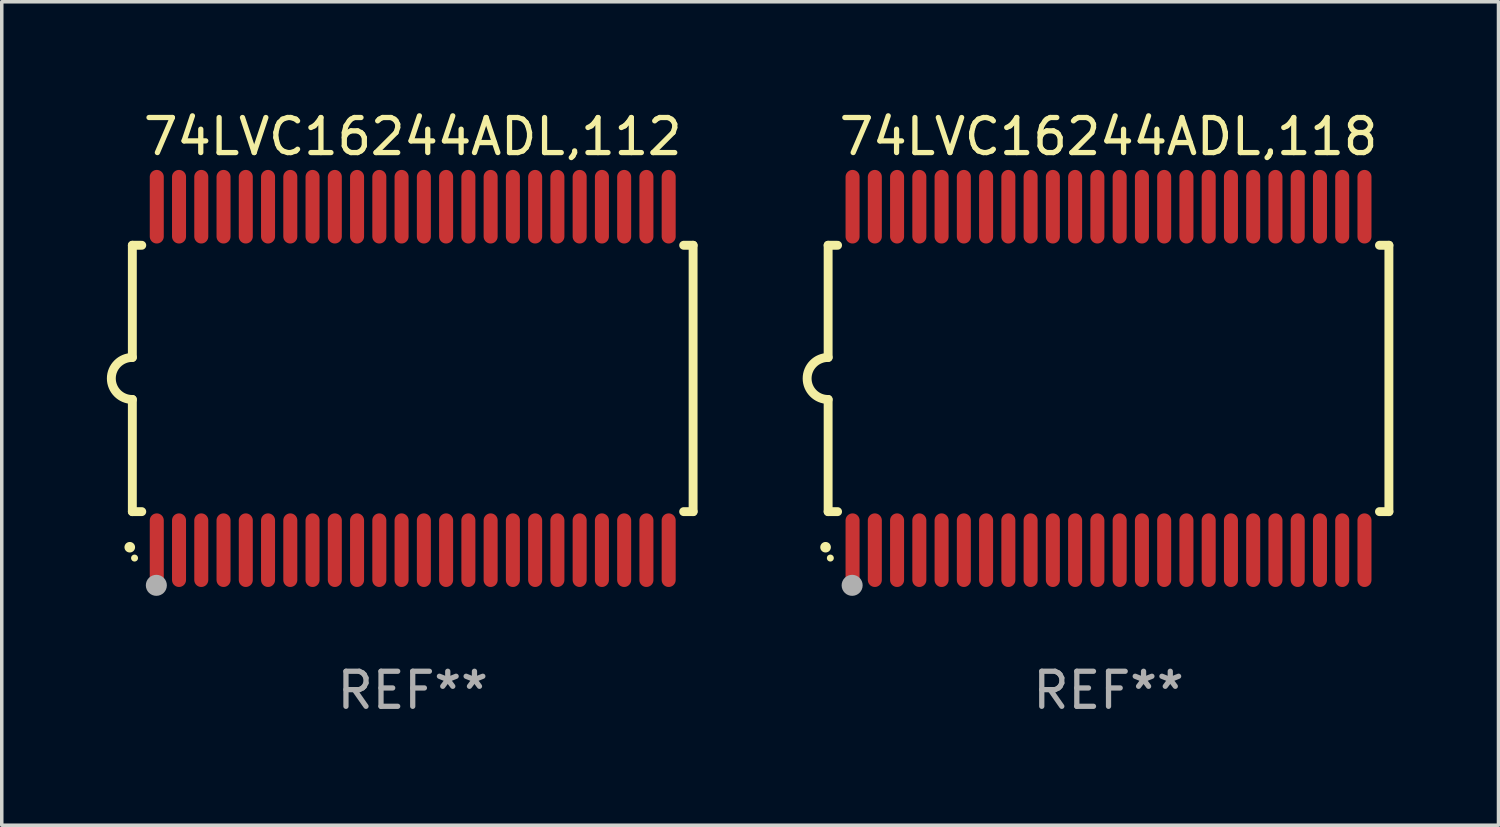
<source format=kicad_pcb>
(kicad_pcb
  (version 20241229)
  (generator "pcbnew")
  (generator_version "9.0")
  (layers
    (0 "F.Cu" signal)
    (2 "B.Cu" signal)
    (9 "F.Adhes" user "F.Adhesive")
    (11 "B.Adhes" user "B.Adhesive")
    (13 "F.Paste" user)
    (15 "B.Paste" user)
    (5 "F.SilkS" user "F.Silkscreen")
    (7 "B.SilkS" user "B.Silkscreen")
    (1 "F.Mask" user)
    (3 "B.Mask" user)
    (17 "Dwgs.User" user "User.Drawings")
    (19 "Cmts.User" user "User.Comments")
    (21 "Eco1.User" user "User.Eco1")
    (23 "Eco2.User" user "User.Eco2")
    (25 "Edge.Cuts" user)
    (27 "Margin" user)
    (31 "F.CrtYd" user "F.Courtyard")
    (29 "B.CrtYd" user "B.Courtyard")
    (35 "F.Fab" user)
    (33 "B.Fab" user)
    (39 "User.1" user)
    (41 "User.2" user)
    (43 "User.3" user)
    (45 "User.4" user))
  (footprint "74LVC16244ADL,112"
    (layer "F.Cu")
    (at 8.726 7.748)
    (property "Reference" "74LVC16244ADL,112" (at 0 -6.9 0) (layer "F.SilkS") (effects (font (size 1 1) (thickness 0.15))))
    (attr through_hole)
    (fp_line (start -8 -3.8) (end -8 -0.599) (stroke (width 0.254) (type solid)) (layer "F.SilkS"))
    (fp_line (start -8 -3.8) (end -7.731 -3.8) (stroke (width 0.254) (type solid)) (layer "F.SilkS"))
    (fp_line (start -8 3.8) (end -8 0.599) (stroke (width 0.254) (type solid)) (layer "F.SilkS"))
    (fp_line (start -7.731 3.8) (end -8 3.8) (stroke (width 0.254) (type solid)) (layer "F.SilkS"))
    (fp_line (start 7.731 -3.8) (end 8 -3.8) (stroke (width 0.254) (type solid)) (layer "F.SilkS"))
    (fp_line (start 8 -3.8) (end 8 3.8) (stroke (width 0.254) (type solid)) (layer "F.SilkS"))
    (fp_line (start 8 3.8) (end 7.731 3.8) (stroke (width 0.254) (type solid)) (layer "F.SilkS"))
    (fp_arc (start -8.074676 4.81585) (mid -8.073406 4.815845) (end -8.072136 4.81585) (stroke (width 0.3) (type solid)) (layer "F.SilkS"))
    (fp_arc (start -8.000025 0.6) (mid -8.598908 0.00056) (end -8.000027 -0.598882) (stroke (width 0.254001) (type solid)) (layer "F.SilkS"))
    (fp_circle (center -7.937 5.125) (end -7.887 5.125) (stroke (width 0.1) (type solid)) (fill no) (layer "F.SilkS"))
    (fp_circle (center -7.315 5.903) (end -7.165 5.903) (stroke (width 0.3) (type solid)) (fill no) (layer "F.Fab"))
    (fp_text user "REF**" (at 0 8.9 0) (layer "F.Fab") (effects (font (size 1 1) (thickness 0.15))))
    (pad "1" smd oval (at -7.303 4.9) (size 0.4 2.1) (layers "F.Cu" "F.Mask" "F.Paste"))
    (pad "2" smd oval (at -6.668 4.9) (size 0.4 2.1) (layers "F.Cu" "F.Mask" "F.Paste"))
    (pad "3" smd oval (at -6.033 4.9) (size 0.4 2.1) (layers "F.Cu" "F.Mask" "F.Paste"))
    (pad "4" smd oval (at -5.398 4.9) (size 0.4 2.1) (layers "F.Cu" "F.Mask" "F.Paste"))
    (pad "5" smd oval (at -4.763 4.9) (size 0.4 2.1) (layers "F.Cu" "F.Mask" "F.Paste"))
    (pad "6" smd oval (at -4.128 4.9) (size 0.4 2.1) (layers "F.Cu" "F.Mask" "F.Paste"))
    (pad "7" smd oval (at -3.493 4.9) (size 0.4 2.1) (layers "F.Cu" "F.Mask" "F.Paste"))
    (pad "8" smd oval (at -2.858 4.9) (size 0.4 2.1) (layers "F.Cu" "F.Mask" "F.Paste"))
    (pad "9" smd oval (at -2.223 4.9) (size 0.4 2.1) (layers "F.Cu" "F.Mask" "F.Paste"))
    (pad "10" smd oval (at -1.588 4.9) (size 0.4 2.1) (layers "F.Cu" "F.Mask" "F.Paste"))
    (pad "11" smd oval (at -0.953 4.9) (size 0.4 2.1) (layers "F.Cu" "F.Mask" "F.Paste"))
    (pad "12" smd oval (at -0.318 4.9) (size 0.4 2.1) (layers "F.Cu" "F.Mask" "F.Paste"))
    (pad "13" smd oval (at 0.318 4.9) (size 0.4 2.1) (layers "F.Cu" "F.Mask" "F.Paste"))
    (pad "14" smd oval (at 0.953 4.9) (size 0.4 2.1) (layers "F.Cu" "F.Mask" "F.Paste"))
    (pad "15" smd oval (at 1.588 4.9) (size 0.4 2.1) (layers "F.Cu" "F.Mask" "F.Paste"))
    (pad "16" smd oval (at 2.223 4.9) (size 0.4 2.1) (layers "F.Cu" "F.Mask" "F.Paste"))
    (pad "17" smd oval (at 2.858 4.9) (size 0.4 2.1) (layers "F.Cu" "F.Mask" "F.Paste"))
    (pad "18" smd oval (at 3.493 4.9) (size 0.4 2.1) (layers "F.Cu" "F.Mask" "F.Paste"))
    (pad "19" smd oval (at 4.128 4.9) (size 0.4 2.1) (layers "F.Cu" "F.Mask" "F.Paste"))
    (pad "20" smd oval (at 4.763 4.9) (size 0.4 2.1) (layers "F.Cu" "F.Mask" "F.Paste"))
    (pad "21" smd oval (at 5.398 4.9) (size 0.4 2.1) (layers "F.Cu" "F.Mask" "F.Paste"))
    (pad "22" smd oval (at 6.033 4.9) (size 0.4 2.1) (layers "F.Cu" "F.Mask" "F.Paste"))
    (pad "23" smd oval (at 6.668 4.9) (size 0.4 2.1) (layers "F.Cu" "F.Mask" "F.Paste"))
    (pad "24" smd oval (at 7.303 4.9) (size 0.4 2.1) (layers "F.Cu" "F.Mask" "F.Paste"))
    (pad "25" smd oval (at 7.303 -4.9 180) (size 0.4 2.1) (layers "F.Cu" "F.Mask" "F.Paste"))
    (pad "26" smd oval (at 6.668 -4.9 180) (size 0.4 2.1) (layers "F.Cu" "F.Mask" "F.Paste"))
    (pad "27" smd oval (at 6.033 -4.9 180) (size 0.4 2.1) (layers "F.Cu" "F.Mask" "F.Paste"))
    (pad "28" smd oval (at 5.398 -4.9 180) (size 0.4 2.1) (layers "F.Cu" "F.Mask" "F.Paste"))
    (pad "29" smd oval (at 4.763 -4.9 180) (size 0.4 2.1) (layers "F.Cu" "F.Mask" "F.Paste"))
    (pad "30" smd oval (at 4.128 -4.9 180) (size 0.4 2.1) (layers "F.Cu" "F.Mask" "F.Paste"))
    (pad "31" smd oval (at 3.493 -4.9 180) (size 0.4 2.1) (layers "F.Cu" "F.Mask" "F.Paste"))
    (pad "32" smd oval (at 2.858 -4.9 180) (size 0.4 2.1) (layers "F.Cu" "F.Mask" "F.Paste"))
    (pad "33" smd oval (at 2.223 -4.9 180) (size 0.4 2.1) (layers "F.Cu" "F.Mask" "F.Paste"))
    (pad "34" smd oval (at 1.588 -4.9 180) (size 0.4 2.1) (layers "F.Cu" "F.Mask" "F.Paste"))
    (pad "35" smd oval (at 0.953 -4.9 180) (size 0.4 2.1) (layers "F.Cu" "F.Mask" "F.Paste"))
    (pad "36" smd oval (at 0.318 -4.9 180) (size 0.4 2.1) (layers "F.Cu" "F.Mask" "F.Paste"))
    (pad "37" smd oval (at -0.318 -4.9 180) (size 0.4 2.1) (layers "F.Cu" "F.Mask" "F.Paste"))
    (pad "38" smd oval (at -0.953 -4.9 180) (size 0.4 2.1) (layers "F.Cu" "F.Mask" "F.Paste"))
    (pad "39" smd oval (at -1.588 -4.9 180) (size 0.4 2.1) (layers "F.Cu" "F.Mask" "F.Paste"))
    (pad "40" smd oval (at -2.223 -4.9 180) (size 0.4 2.1) (layers "F.Cu" "F.Mask" "F.Paste"))
    (pad "41" smd oval (at -2.858 -4.9 180) (size 0.4 2.1) (layers "F.Cu" "F.Mask" "F.Paste"))
    (pad "42" smd oval (at -3.493 -4.9 180) (size 0.4 2.1) (layers "F.Cu" "F.Mask" "F.Paste"))
    (pad "43" smd oval (at -4.128 -4.9 180) (size 0.4 2.1) (layers "F.Cu" "F.Mask" "F.Paste"))
    (pad "44" smd oval (at -4.763 -4.9 180) (size 0.4 2.1) (layers "F.Cu" "F.Mask" "F.Paste"))
    (pad "45" smd oval (at -5.398 -4.9 180) (size 0.4 2.1) (layers "F.Cu" "F.Mask" "F.Paste"))
    (pad "46" smd oval (at -6.033 -4.9 180) (size 0.4 2.1) (layers "F.Cu" "F.Mask" "F.Paste"))
    (pad "47" smd oval (at -6.668 -4.9 180) (size 0.4 2.1) (layers "F.Cu" "F.Mask" "F.Paste"))
    (pad "48" smd oval (at -7.303 -4.9 180) (size 0.4 2.1) (layers "F.Cu" "F.Mask" "F.Paste")))
  (footprint "74LVC16244ADL,118"
    (layer "F.Cu")
    (at 28.579 7.748)
    (property "Reference" "74LVC16244ADL,118" (at 0 -6.9 0) (layer "F.SilkS") (effects (font (size 1 1) (thickness 0.15))))
    (attr through_hole)
    (fp_line (start -8 -3.8) (end -8 -0.599) (stroke (width 0.254) (type solid)) (layer "F.SilkS"))
    (fp_line (start -8 -3.8) (end -7.731 -3.8) (stroke (width 0.254) (type solid)) (layer "F.SilkS"))
    (fp_line (start -8 3.8) (end -8 0.599) (stroke (width 0.254) (type solid)) (layer "F.SilkS"))
    (fp_line (start -7.731 3.8) (end -8 3.8) (stroke (width 0.254) (type solid)) (layer "F.SilkS"))
    (fp_line (start 7.731 -3.8) (end 8 -3.8) (stroke (width 0.254) (type solid)) (layer "F.SilkS"))
    (fp_line (start 8 -3.8) (end 8 3.8) (stroke (width 0.254) (type solid)) (layer "F.SilkS"))
    (fp_line (start 8 3.8) (end 7.731 3.8) (stroke (width 0.254) (type solid)) (layer "F.SilkS"))
    (fp_arc (start -8.074676 4.81585) (mid -8.073406 4.815845) (end -8.072136 4.81585) (stroke (width 0.3) (type solid)) (layer "F.SilkS"))
    (fp_arc (start -8.000025 0.6) (mid -8.598908 0.00056) (end -8.000027 -0.598882) (stroke (width 0.254001) (type solid)) (layer "F.SilkS"))
    (fp_circle (center -7.937 5.125) (end -7.887 5.125) (stroke (width 0.1) (type solid)) (fill no) (layer "F.SilkS"))
    (fp_circle (center -7.315 5.903) (end -7.165 5.903) (stroke (width 0.3) (type solid)) (fill no) (layer "F.Fab"))
    (fp_text user "REF**" (at 0 8.9 0) (layer "F.Fab") (effects (font (size 1 1) (thickness 0.15))))
    (pad "1" smd oval (at -7.303 4.9) (size 0.4 2.1) (layers "F.Cu" "F.Mask" "F.Paste"))
    (pad "2" smd oval (at -6.668 4.9) (size 0.4 2.1) (layers "F.Cu" "F.Mask" "F.Paste"))
    (pad "3" smd oval (at -6.033 4.9) (size 0.4 2.1) (layers "F.Cu" "F.Mask" "F.Paste"))
    (pad "4" smd oval (at -5.398 4.9) (size 0.4 2.1) (layers "F.Cu" "F.Mask" "F.Paste"))
    (pad "5" smd oval (at -4.763 4.9) (size 0.4 2.1) (layers "F.Cu" "F.Mask" "F.Paste"))
    (pad "6" smd oval (at -4.128 4.9) (size 0.4 2.1) (layers "F.Cu" "F.Mask" "F.Paste"))
    (pad "7" smd oval (at -3.493 4.9) (size 0.4 2.1) (layers "F.Cu" "F.Mask" "F.Paste"))
    (pad "8" smd oval (at -2.858 4.9) (size 0.4 2.1) (layers "F.Cu" "F.Mask" "F.Paste"))
    (pad "9" smd oval (at -2.223 4.9) (size 0.4 2.1) (layers "F.Cu" "F.Mask" "F.Paste"))
    (pad "10" smd oval (at -1.588 4.9) (size 0.4 2.1) (layers "F.Cu" "F.Mask" "F.Paste"))
    (pad "11" smd oval (at -0.953 4.9) (size 0.4 2.1) (layers "F.Cu" "F.Mask" "F.Paste"))
    (pad "12" smd oval (at -0.318 4.9) (size 0.4 2.1) (layers "F.Cu" "F.Mask" "F.Paste"))
    (pad "13" smd oval (at 0.318 4.9) (size 0.4 2.1) (layers "F.Cu" "F.Mask" "F.Paste"))
    (pad "14" smd oval (at 0.953 4.9) (size 0.4 2.1) (layers "F.Cu" "F.Mask" "F.Paste"))
    (pad "15" smd oval (at 1.588 4.9) (size 0.4 2.1) (layers "F.Cu" "F.Mask" "F.Paste"))
    (pad "16" smd oval (at 2.223 4.9) (size 0.4 2.1) (layers "F.Cu" "F.Mask" "F.Paste"))
    (pad "17" smd oval (at 2.858 4.9) (size 0.4 2.1) (layers "F.Cu" "F.Mask" "F.Paste"))
    (pad "18" smd oval (at 3.493 4.9) (size 0.4 2.1) (layers "F.Cu" "F.Mask" "F.Paste"))
    (pad "19" smd oval (at 4.128 4.9) (size 0.4 2.1) (layers "F.Cu" "F.Mask" "F.Paste"))
    (pad "20" smd oval (at 4.763 4.9) (size 0.4 2.1) (layers "F.Cu" "F.Mask" "F.Paste"))
    (pad "21" smd oval (at 5.398 4.9) (size 0.4 2.1) (layers "F.Cu" "F.Mask" "F.Paste"))
    (pad "22" smd oval (at 6.033 4.9) (size 0.4 2.1) (layers "F.Cu" "F.Mask" "F.Paste"))
    (pad "23" smd oval (at 6.668 4.9) (size 0.4 2.1) (layers "F.Cu" "F.Mask" "F.Paste"))
    (pad "24" smd oval (at 7.303 4.9) (size 0.4 2.1) (layers "F.Cu" "F.Mask" "F.Paste"))
    (pad "25" smd oval (at 7.303 -4.9 180) (size 0.4 2.1) (layers "F.Cu" "F.Mask" "F.Paste"))
    (pad "26" smd oval (at 6.668 -4.9 180) (size 0.4 2.1) (layers "F.Cu" "F.Mask" "F.Paste"))
    (pad "27" smd oval (at 6.033 -4.9 180) (size 0.4 2.1) (layers "F.Cu" "F.Mask" "F.Paste"))
    (pad "28" smd oval (at 5.398 -4.9 180) (size 0.4 2.1) (layers "F.Cu" "F.Mask" "F.Paste"))
    (pad "29" smd oval (at 4.763 -4.9 180) (size 0.4 2.1) (layers "F.Cu" "F.Mask" "F.Paste"))
    (pad "30" smd oval (at 4.128 -4.9 180) (size 0.4 2.1) (layers "F.Cu" "F.Mask" "F.Paste"))
    (pad "31" smd oval (at 3.493 -4.9 180) (size 0.4 2.1) (layers "F.Cu" "F.Mask" "F.Paste"))
    (pad "32" smd oval (at 2.858 -4.9 180) (size 0.4 2.1) (layers "F.Cu" "F.Mask" "F.Paste"))
    (pad "33" smd oval (at 2.223 -4.9 180) (size 0.4 2.1) (layers "F.Cu" "F.Mask" "F.Paste"))
    (pad "34" smd oval (at 1.588 -4.9 180) (size 0.4 2.1) (layers "F.Cu" "F.Mask" "F.Paste"))
    (pad "35" smd oval (at 0.953 -4.9 180) (size 0.4 2.1) (layers "F.Cu" "F.Mask" "F.Paste"))
    (pad "36" smd oval (at 0.318 -4.9 180) (size 0.4 2.1) (layers "F.Cu" "F.Mask" "F.Paste"))
    (pad "37" smd oval (at -0.318 -4.9 180) (size 0.4 2.1) (layers "F.Cu" "F.Mask" "F.Paste"))
    (pad "38" smd oval (at -0.953 -4.9 180) (size 0.4 2.1) (layers "F.Cu" "F.Mask" "F.Paste"))
    (pad "39" smd oval (at -1.588 -4.9 180) (size 0.4 2.1) (layers "F.Cu" "F.Mask" "F.Paste"))
    (pad "40" smd oval (at -2.223 -4.9 180) (size 0.4 2.1) (layers "F.Cu" "F.Mask" "F.Paste"))
    (pad "41" smd oval (at -2.858 -4.9 180) (size 0.4 2.1) (layers "F.Cu" "F.Mask" "F.Paste"))
    (pad "42" smd oval (at -3.493 -4.9 180) (size 0.4 2.1) (layers "F.Cu" "F.Mask" "F.Paste"))
    (pad "43" smd oval (at -4.128 -4.9 180) (size 0.4 2.1) (layers "F.Cu" "F.Mask" "F.Paste"))
    (pad "44" smd oval (at -4.763 -4.9 180) (size 0.4 2.1) (layers "F.Cu" "F.Mask" "F.Paste"))
    (pad "45" smd oval (at -5.398 -4.9 180) (size 0.4 2.1) (layers "F.Cu" "F.Mask" "F.Paste"))
    (pad "46" smd oval (at -6.033 -4.9 180) (size 0.4 2.1) (layers "F.Cu" "F.Mask" "F.Paste"))
    (pad "47" smd oval (at -6.668 -4.9 180) (size 0.4 2.1) (layers "F.Cu" "F.Mask" "F.Paste"))
    (pad "48" smd oval (at -7.303 -4.9 180) (size 0.4 2.1) (layers "F.Cu" "F.Mask" "F.Paste")))
  (gr_rect
    (start -3 -3)
    (end 39.706 20.496)
    (stroke (width 0.1) (type default))
    (fill no)
    (layer "Edge.Cuts")))
</source>
